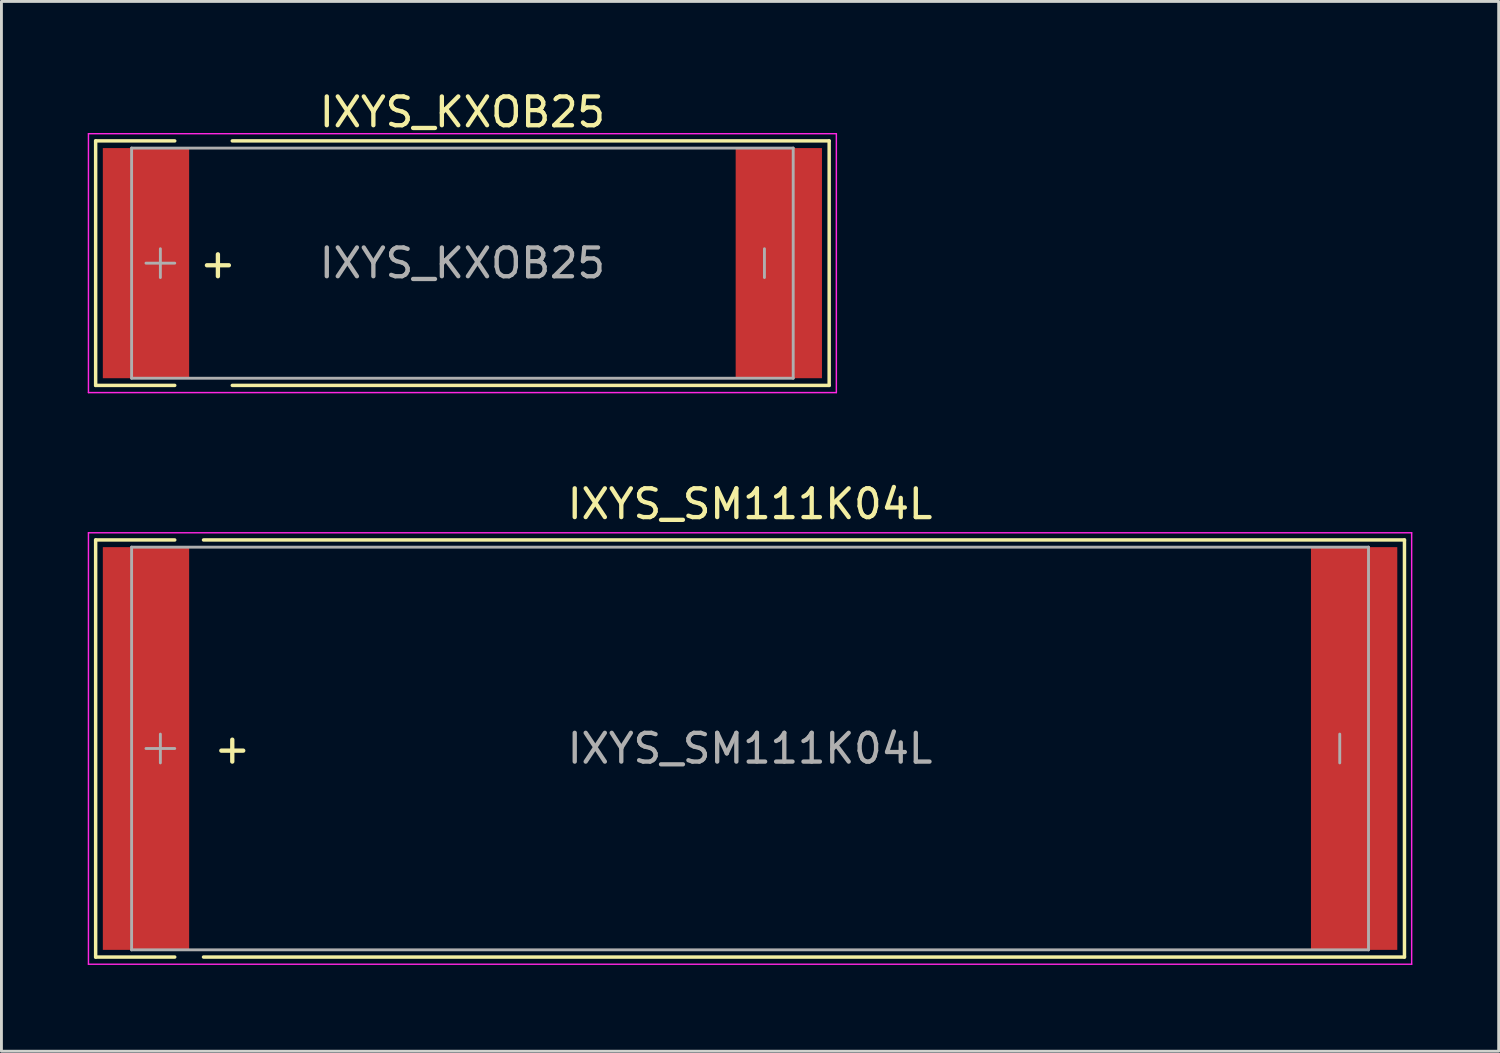
<source format=kicad_pcb>
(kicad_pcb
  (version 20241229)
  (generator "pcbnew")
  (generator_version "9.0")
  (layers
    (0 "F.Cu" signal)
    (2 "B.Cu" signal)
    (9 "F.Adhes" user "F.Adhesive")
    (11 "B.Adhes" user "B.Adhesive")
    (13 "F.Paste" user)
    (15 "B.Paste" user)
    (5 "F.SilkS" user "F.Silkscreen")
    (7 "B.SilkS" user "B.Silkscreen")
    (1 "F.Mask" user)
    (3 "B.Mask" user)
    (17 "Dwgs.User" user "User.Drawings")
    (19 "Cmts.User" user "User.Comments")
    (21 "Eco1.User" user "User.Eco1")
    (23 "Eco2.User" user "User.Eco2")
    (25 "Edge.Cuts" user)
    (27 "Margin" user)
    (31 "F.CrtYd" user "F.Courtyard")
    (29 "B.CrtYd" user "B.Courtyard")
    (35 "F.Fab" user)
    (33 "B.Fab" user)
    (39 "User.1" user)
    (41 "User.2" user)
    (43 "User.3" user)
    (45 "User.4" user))
  (footprint "IXYS_KXOB25"
    (layer "F.Cu")
    (at 13.025 6.098)
    (property "Reference" "IXYS_KXOB25" (at 0 -5.25 180) (layer "F.SilkS") (effects (font (size 1 1) (thickness 0.15))))
    (attr smd)
    (fp_line (start -12.75 -4.25) (end -12.75 4.25) (stroke (width 0.12) (type solid)) (layer "F.SilkS"))
    (fp_line (start -12.75 -4.25) (end -10 -4.25) (stroke (width 0.12) (type solid)) (layer "F.SilkS"))
    (fp_line (start -12.75 4.25) (end -10 4.25) (stroke (width 0.12) (type solid)) (layer "F.SilkS"))
    (fp_line (start -8 4.25) (end 12.75 4.25) (stroke (width 0.12) (type solid)) (layer "F.SilkS"))
    (fp_line (start 12.75 -4.25) (end -8 -4.25) (stroke (width 0.12) (type solid)) (layer "F.SilkS"))
    (fp_line (start 12.75 4.25) (end 12.75 -4.25) (stroke (width 0.12) (type solid)) (layer "F.SilkS"))
    (fp_line (start -13 -4.5) (end -13 4.5) (stroke (width 0.05) (type solid)) (layer "F.CrtYd"))
    (fp_line (start -13 4.5) (end 13 4.5) (stroke (width 0.05) (type solid)) (layer "F.CrtYd"))
    (fp_line (start 13 -4.5) (end -13 -4.5) (stroke (width 0.05) (type solid)) (layer "F.CrtYd"))
    (fp_line (start 13 4.5) (end 13 -4.5) (stroke (width 0.05) (type solid)) (layer "F.CrtYd"))
    (fp_line (start -11.5 -4) (end -11.5 4) (stroke (width 0.1) (type solid)) (layer "F.Fab"))
    (fp_line (start -11.5 4) (end 11.5 4) (stroke (width 0.1) (type solid)) (layer "F.Fab"))
    (fp_line (start -11 0) (end -10 0) (stroke (width 0.1) (type solid)) (layer "F.Fab"))
    (fp_line (start -10.5 0.5) (end -10.5 -0.5) (stroke (width 0.1) (type solid)) (layer "F.Fab"))
    (fp_line (start 10.5 -0.5) (end 10.5 0.5) (stroke (width 0.1) (type solid)) (layer "F.Fab"))
    (fp_line (start 11.5 -4) (end -11.5 -4) (stroke (width 0.1) (type solid)) (layer "F.Fab"))
    (fp_line (start 11.5 4) (end 11.5 -4) (stroke (width 0.1) (type solid)) (layer "F.Fab"))
    (fp_text user "+" (at -8.5 0 0) (layer "F.SilkS") (effects (font (size 1 1) (thickness 0.15))))
    (fp_text user "${REFERENCE}" (at 0 0 0) (layer "F.Fab") (effects (font (size 1 1) (thickness 0.15))))
    (pad "1" smd rect (at -11 0) (size 3 8) (layers "F.Cu" "F.Mask" "F.Paste"))
    (pad "2" smd rect (at 11 0) (size 3 8) (layers "F.Cu" "F.Mask" "F.Paste")))
  (footprint "IXYS_SM111K04L"
    (layer "F.Cu")
    (at 23.025 22.971)
    (property "Reference" "IXYS_SM111K04L" (at 0 -8.5 0) (layer "F.SilkS") (effects (font (size 1 1) (thickness 0.15))))
    (attr smd)
    (fp_line (start -22.75 -7.25) (end -20 -7.25) (stroke (width 0.12) (type solid)) (layer "F.SilkS"))
    (fp_line (start -22.75 7.25) (end -22.75 -7.25) (stroke (width 0.12) (type solid)) (layer "F.SilkS"))
    (fp_line (start -22.75 7.25) (end -20 7.25) (stroke (width 0.12) (type solid)) (layer "F.SilkS"))
    (fp_line (start -19 -7.25) (end 22.75 -7.25) (stroke (width 0.12) (type solid)) (layer "F.SilkS"))
    (fp_line (start 22.75 -7.25) (end 22.75 7.25) (stroke (width 0.12) (type solid)) (layer "F.SilkS"))
    (fp_line (start 22.75 7.25) (end -19 7.25) (stroke (width 0.12) (type solid)) (layer "F.SilkS"))
    (fp_line (start -23 -7.5) (end -23 7.5) (stroke (width 0.05) (type solid)) (layer "F.CrtYd"))
    (fp_line (start -23 7.5) (end 23 7.5) (stroke (width 0.05) (type solid)) (layer "F.CrtYd"))
    (fp_line (start 23 -7.5) (end -23 -7.5) (stroke (width 0.05) (type solid)) (layer "F.CrtYd"))
    (fp_line (start 23 7.5) (end 23 -7.5) (stroke (width 0.05) (type solid)) (layer "F.CrtYd"))
    (fp_line (start -21.5 -7) (end -21.5 7) (stroke (width 0.1) (type solid)) (layer "F.Fab"))
    (fp_line (start -21.5 7) (end 21.5 7) (stroke (width 0.1) (type solid)) (layer "F.Fab"))
    (fp_line (start -21 0) (end -20 0) (stroke (width 0.1) (type solid)) (layer "F.Fab"))
    (fp_line (start -20.5 0.5) (end -20.5 -0.5) (stroke (width 0.1) (type solid)) (layer "F.Fab"))
    (fp_line (start 20.5 0.5) (end 20.5 -0.5) (stroke (width 0.1) (type solid)) (layer "F.Fab"))
    (fp_line (start 21.5 -7) (end -21.5 -7) (stroke (width 0.1) (type solid)) (layer "F.Fab"))
    (fp_line (start 21.5 7) (end 21.5 -7) (stroke (width 0.1) (type solid)) (layer "F.Fab"))
    (fp_text user "+" (at -18 0 0) (layer "F.SilkS") (effects (font (size 1 1) (thickness 0.15))))
    (fp_text user "${REFERENCE}" (at 0 0 0) (layer "F.Fab") (effects (font (size 1 1) (thickness 0.15))))
    (pad "1" smd rect (at -21 0) (size 3 14) (layers "F.Cu" "F.Mask" "F.Paste"))
    (pad "2" smd rect (at 21 0) (size 3 14) (layers "F.Cu" "F.Mask" "F.Paste")))
  (gr_rect
    (start -3 -3)
    (end 49.05 33.496)
    (stroke (width 0.1) (type default))
    (fill no)
    (layer "Edge.Cuts")))
</source>
